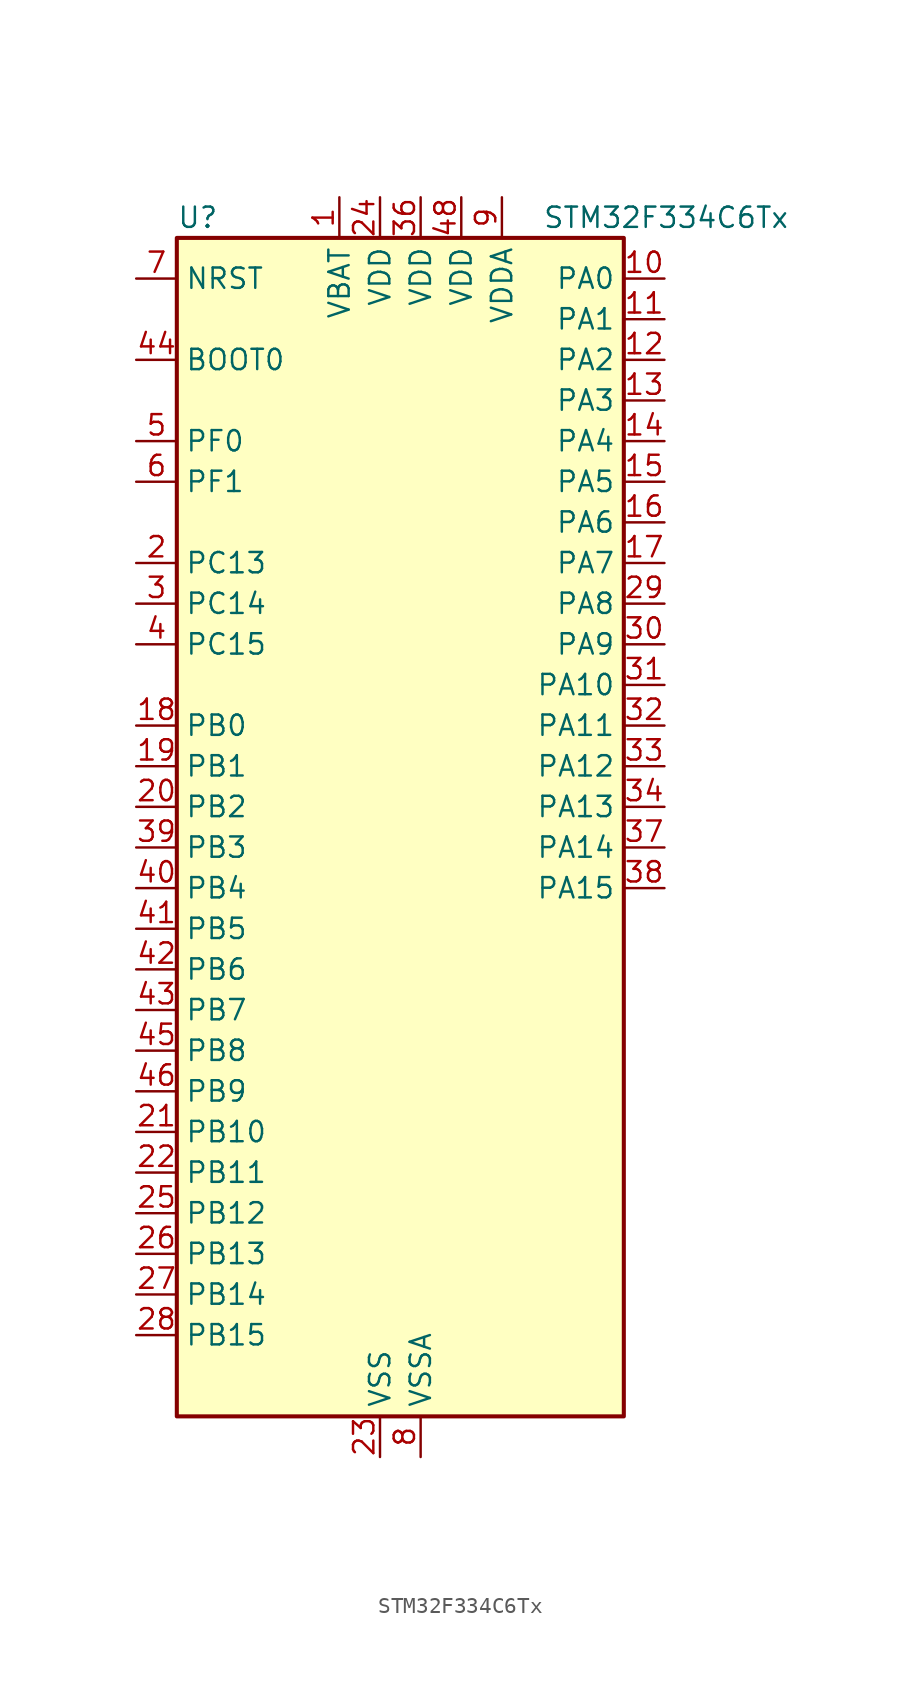
<source format=kicad_sym>
(kicad_symbol_lib
  (version 20220914)
  (generator kicad_symbol_editor)
  (symbol "STM32F334C6Tx"
    (property "Reference" "U"
      (at -12.7 39.37 0)
      (effects (font (size 1.27 1.27)) (justify left)))
    (property "Value" "STM32F334C6Tx"
      (at 10.16 39.37 0)
      (effects (font (size 1.27 1.27)) (justify left)))
    (property "ki_locked" ""
      (at 0 0 0)
      (effects (font (size 1.27 1.27))))
    (symbol "STM32F334C6Tx_0_1"
      (rectangle (start -12.7 -35.56) (end 15.24 38.1) (stroke (width 0.254) (type default)) (fill (type background))))
    (symbol "STM32F334C6Tx_1_1"
      (pin power_in line (at -2.54 40.64 270) (length 2.54) (name "VBAT" (effects (font (size 1.27 1.27)))) (number "1" (effects (font (size 1.27 1.27)))))
      (pin bidirectional line (at 17.78 35.56 180) (length 2.54) (name "PA0" (effects (font (size 1.27 1.27)))) (number "10" (effects (font (size 1.27 1.27)))) (alternate "ADC1_IN1" bidirectional line) (alternate "RTC_TAMP2" bidirectional line) (alternate "SYS_WKUP1" bidirectional line) (alternate "TIM2_CH1" bidirectional line) (alternate "TIM2_ETR" bidirectional line) (alternate "TSC_G1_IO1" bidirectional line) (alternate "USART2_CTS" bidirectional line))
      (pin bidirectional line (at 17.78 33.02 180) (length 2.54) (name "PA1" (effects (font (size 1.27 1.27)))) (number "11" (effects (font (size 1.27 1.27)))) (alternate "ADC1_IN2" bidirectional line) (alternate "RTC_REFIN" bidirectional line) (alternate "TIM15_CH1N" bidirectional line) (alternate "TIM2_CH2" bidirectional line) (alternate "TSC_G1_IO2" bidirectional line) (alternate "USART2_DE" bidirectional line) (alternate "USART2_RTS" bidirectional line))
      (pin bidirectional line (at 17.78 30.48 180) (length 2.54) (name "PA2" (effects (font (size 1.27 1.27)))) (number "12" (effects (font (size 1.27 1.27)))) (alternate "ADC1_IN3" bidirectional line) (alternate "COMP2_INM" bidirectional line) (alternate "COMP2_OUT" bidirectional line) (alternate "TIM15_CH1" bidirectional line) (alternate "TIM2_CH3" bidirectional line) (alternate "TSC_G1_IO3" bidirectional line) (alternate "USART2_TX" bidirectional line))
      (pin bidirectional line (at 17.78 27.94 180) (length 2.54) (name "PA3" (effects (font (size 1.27 1.27)))) (number "13" (effects (font (size 1.27 1.27)))) (alternate "ADC1_IN4" bidirectional line) (alternate "TIM15_CH2" bidirectional line) (alternate "TIM2_CH4" bidirectional line) (alternate "TSC_G1_IO4" bidirectional line) (alternate "USART2_RX" bidirectional line))
      (pin bidirectional line (at 17.78 25.4 180) (length 2.54) (name "PA4" (effects (font (size 1.27 1.27)))) (number "14" (effects (font (size 1.27 1.27)))) (alternate "ADC2_IN1" bidirectional line) (alternate "COMP2_INM" bidirectional line) (alternate "COMP4_INM" bidirectional line) (alternate "COMP6_INM" bidirectional line) (alternate "DAC1_OUT1" bidirectional line) (alternate "SPI1_NSS" bidirectional line) (alternate "TIM3_CH2" bidirectional line) (alternate "TSC_G2_IO1" bidirectional line) (alternate "USART2_CK" bidirectional line))
      (pin bidirectional line (at 17.78 22.86 180) (length 2.54) (name "PA5" (effects (font (size 1.27 1.27)))) (number "15" (effects (font (size 1.27 1.27)))) (alternate "ADC2_IN2" bidirectional line) (alternate "DAC1_OUT2" bidirectional line) (alternate "OPAMP2_VINM" bidirectional line) (alternate "OPAMP2_VINM_SEC" bidirectional line) (alternate "SPI1_SCK" bidirectional line) (alternate "TIM2_CH1" bidirectional line) (alternate "TIM2_ETR" bidirectional line) (alternate "TSC_G2_IO2" bidirectional line))
      (pin bidirectional line (at 17.78 20.32 180) (length 2.54) (name "PA6" (effects (font (size 1.27 1.27)))) (number "16" (effects (font (size 1.27 1.27)))) (alternate "ADC2_IN3" bidirectional line) (alternate "DAC2_OUT1" bidirectional line) (alternate "OPAMP2_DIG" bidirectional line) (alternate "OPAMP2_VOUT" bidirectional line) (alternate "SPI1_MISO" bidirectional line) (alternate "TIM16_CH1" bidirectional line) (alternate "TIM1_BKIN" bidirectional line) (alternate "TIM3_CH1" bidirectional line) (alternate "TSC_G2_IO3" bidirectional line))
      (pin bidirectional line (at 17.78 17.78 180) (length 2.54) (name "PA7" (effects (font (size 1.27 1.27)))) (number "17" (effects (font (size 1.27 1.27)))) (alternate "ADC2_IN4" bidirectional line) (alternate "COMP2_INP" bidirectional line) (alternate "OPAMP2_VINP" bidirectional line) (alternate "OPAMP2_VINP_SEC" bidirectional line) (alternate "SPI1_MOSI" bidirectional line) (alternate "TIM17_CH1" bidirectional line) (alternate "TIM1_CH1N" bidirectional line) (alternate "TIM3_CH2" bidirectional line) (alternate "TSC_G2_IO4" bidirectional line))
      (pin bidirectional line (at -15.24 7.62 0) (length 2.54) (name "PB0" (effects (font (size 1.27 1.27)))) (number "18" (effects (font (size 1.27 1.27)))) (alternate "ADC1_IN11" bidirectional line) (alternate "COMP4_INP" bidirectional line) (alternate "OPAMP2_VINP" bidirectional line) (alternate "OPAMP2_VINP_SEC" bidirectional line) (alternate "TIM1_CH2N" bidirectional line) (alternate "TIM3_CH3" bidirectional line) (alternate "TSC_G3_IO2" bidirectional line))
      (pin bidirectional line (at -15.24 5.08 0) (length 2.54) (name "PB1" (effects (font (size 1.27 1.27)))) (number "19" (effects (font (size 1.27 1.27)))) (alternate "ADC1_IN12" bidirectional line) (alternate "COMP4_OUT" bidirectional line) (alternate "HRTIM1_SCOUT" bidirectional line) (alternate "TIM1_CH3N" bidirectional line) (alternate "TIM3_CH4" bidirectional line) (alternate "TSC_G3_IO3" bidirectional line))
      (pin bidirectional line (at -15.24 17.78 0) (length 2.54) (name "PC13" (effects (font (size 1.27 1.27)))) (number "2" (effects (font (size 1.27 1.27)))) (alternate "RTC_OUT_ALARM" bidirectional line) (alternate "RTC_OUT_CALIB" bidirectional line) (alternate "RTC_TAMP1" bidirectional line) (alternate "RTC_TS" bidirectional line) (alternate "SYS_WKUP2" bidirectional line) (alternate "TIM1_CH1N" bidirectional line))
      (pin bidirectional line (at -15.24 2.54 0) (length 2.54) (name "PB2" (effects (font (size 1.27 1.27)))) (number "20" (effects (font (size 1.27 1.27)))) (alternate "ADC2_IN12" bidirectional line) (alternate "COMP4_INM" bidirectional line) (alternate "HRTIM1_SCIN" bidirectional line) (alternate "TSC_G3_IO4" bidirectional line))
      (pin bidirectional line (at -15.24 -17.78 0) (length 2.54) (name "PB10" (effects (font (size 1.27 1.27)))) (number "21" (effects (font (size 1.27 1.27)))) (alternate "HRTIM1_FLT3" bidirectional line) (alternate "TIM2_CH3" bidirectional line) (alternate "TSC_SYNC" bidirectional line) (alternate "USART3_TX" bidirectional line))
      (pin bidirectional line (at -15.24 -20.32 0) (length 2.54) (name "PB11" (effects (font (size 1.27 1.27)))) (number "22" (effects (font (size 1.27 1.27)))) (alternate "ADC1_EXTI11" bidirectional line) (alternate "ADC2_EXTI11" bidirectional line) (alternate "COMP6_INP" bidirectional line) (alternate "HRTIM1_FLT4" bidirectional line) (alternate "TIM2_CH4" bidirectional line) (alternate "TSC_G6_IO1" bidirectional line) (alternate "USART3_RX" bidirectional line))
      (pin power_in line (at 0 -38.1 90) (length 2.54) (name "VSS" (effects (font (size 1.27 1.27)))) (number "23" (effects (font (size 1.27 1.27)))))
      (pin power_in line (at 0 40.64 270) (length 2.54) (name "VDD" (effects (font (size 1.27 1.27)))) (number "24" (effects (font (size 1.27 1.27)))))
      (pin bidirectional line (at -15.24 -22.86 0) (length 2.54) (name "PB12" (effects (font (size 1.27 1.27)))) (number "25" (effects (font (size 1.27 1.27)))) (alternate "ADC2_IN13" bidirectional line) (alternate "HRTIM1_CHC1" bidirectional line) (alternate "TIM1_BKIN" bidirectional line) (alternate "TSC_G6_IO2" bidirectional line) (alternate "USART3_CK" bidirectional line))
      (pin bidirectional line (at -15.24 -25.4 0) (length 2.54) (name "PB13" (effects (font (size 1.27 1.27)))) (number "26" (effects (font (size 1.27 1.27)))) (alternate "ADC1_IN13" bidirectional line) (alternate "HRTIM1_CHC2" bidirectional line) (alternate "TIM1_CH1N" bidirectional line) (alternate "TSC_G6_IO3" bidirectional line) (alternate "USART3_CTS" bidirectional line))
      (pin bidirectional line (at -15.24 -27.94 0) (length 2.54) (name "PB14" (effects (font (size 1.27 1.27)))) (number "27" (effects (font (size 1.27 1.27)))) (alternate "ADC2_IN14" bidirectional line) (alternate "HRTIM1_CHD1" bidirectional line) (alternate "OPAMP2_VINP" bidirectional line) (alternate "OPAMP2_VINP_SEC" bidirectional line) (alternate "TIM15_CH1" bidirectional line) (alternate "TIM1_CH2N" bidirectional line) (alternate "TSC_G6_IO4" bidirectional line) (alternate "USART3_DE" bidirectional line) (alternate "USART3_RTS" bidirectional line))
      (pin bidirectional line (at -15.24 -30.48 0) (length 2.54) (name "PB15" (effects (font (size 1.27 1.27)))) (number "28" (effects (font (size 1.27 1.27)))) (alternate "ADC1_EXTI15" bidirectional line) (alternate "ADC2_EXTI15" bidirectional line) (alternate "ADC2_IN15" bidirectional line) (alternate "COMP6_INM" bidirectional line) (alternate "HRTIM1_CHD2" bidirectional line) (alternate "RTC_REFIN" bidirectional line) (alternate "TIM15_CH1N" bidirectional line) (alternate "TIM15_CH2" bidirectional line) (alternate "TIM1_CH3N" bidirectional line))
      (pin bidirectional line (at 17.78 15.24 180) (length 2.54) (name "PA8" (effects (font (size 1.27 1.27)))) (number "29" (effects (font (size 1.27 1.27)))) (alternate "HRTIM1_CHA1" bidirectional line) (alternate "RCC_MCO" bidirectional line) (alternate "TIM1_CH1" bidirectional line) (alternate "USART1_CK" bidirectional line))
      (pin bidirectional line (at -15.24 15.24 0) (length 2.54) (name "PC14" (effects (font (size 1.27 1.27)))) (number "3" (effects (font (size 1.27 1.27)))) (alternate "RCC_OSC32_IN" bidirectional line))
      (pin bidirectional line (at 17.78 12.7 180) (length 2.54) (name "PA9" (effects (font (size 1.27 1.27)))) (number "30" (effects (font (size 1.27 1.27)))) (alternate "DAC1_EXTI9" bidirectional line) (alternate "DAC2_EXTI9" bidirectional line) (alternate "HRTIM1_CHA2" bidirectional line) (alternate "TIM15_BKIN" bidirectional line) (alternate "TIM1_CH2" bidirectional line) (alternate "TIM2_CH3" bidirectional line) (alternate "TSC_G4_IO1" bidirectional line) (alternate "USART1_TX" bidirectional line))
      (pin bidirectional line (at 17.78 10.16 180) (length 2.54) (name "PA10" (effects (font (size 1.27 1.27)))) (number "31" (effects (font (size 1.27 1.27)))) (alternate "COMP6_OUT" bidirectional line) (alternate "HRTIM1_CHB1" bidirectional line) (alternate "TIM17_BKIN" bidirectional line) (alternate "TIM1_CH3" bidirectional line) (alternate "TIM2_CH4" bidirectional line) (alternate "TSC_G4_IO2" bidirectional line) (alternate "USART1_RX" bidirectional line))
      (pin bidirectional line (at 17.78 7.62 180) (length 2.54) (name "PA11" (effects (font (size 1.27 1.27)))) (number "32" (effects (font (size 1.27 1.27)))) (alternate "ADC1_EXTI11" bidirectional line) (alternate "ADC2_EXTI11" bidirectional line) (alternate "CAN_RX" bidirectional line) (alternate "HRTIM1_CHB2" bidirectional line) (alternate "TIM1_BKIN2" bidirectional line) (alternate "TIM1_CH1N" bidirectional line) (alternate "TIM1_CH4" bidirectional line) (alternate "USART1_CTS" bidirectional line))
      (pin bidirectional line (at 17.78 5.08 180) (length 2.54) (name "PA12" (effects (font (size 1.27 1.27)))) (number "33" (effects (font (size 1.27 1.27)))) (alternate "CAN_TX" bidirectional line) (alternate "COMP2_OUT" bidirectional line) (alternate "HRTIM1_FLT1" bidirectional line) (alternate "TIM16_CH1" bidirectional line) (alternate "TIM1_CH2N" bidirectional line) (alternate "TIM1_ETR" bidirectional line) (alternate "USART1_DE" bidirectional line) (alternate "USART1_RTS" bidirectional line))
      (pin bidirectional line (at 17.78 2.54 180) (length 2.54) (name "PA13" (effects (font (size 1.27 1.27)))) (number "34" (effects (font (size 1.27 1.27)))) (alternate "IR_OUT" bidirectional line) (alternate "SYS_JTMS-SWDIO" bidirectional line) (alternate "TIM16_CH1N" bidirectional line) (alternate "TSC_G4_IO3" bidirectional line) (alternate "USART3_CTS" bidirectional line))
      (pin passive line (at 0 -38.1 90) (length 2.54) hide (name "VSS" (effects (font (size 1.27 1.27)))) (number "35" (effects (font (size 1.27 1.27)))))
      (pin power_in line (at 2.54 40.64 270) (length 2.54) (name "VDD" (effects (font (size 1.27 1.27)))) (number "36" (effects (font (size 1.27 1.27)))))
      (pin bidirectional line (at 17.78 0 180) (length 2.54) (name "PA14" (effects (font (size 1.27 1.27)))) (number "37" (effects (font (size 1.27 1.27)))) (alternate "I2C1_SDA" bidirectional line) (alternate "SYS_JTCK-SWCLK" bidirectional line) (alternate "TIM1_BKIN" bidirectional line) (alternate "TSC_G4_IO4" bidirectional line) (alternate "USART2_TX" bidirectional line))
      (pin bidirectional line (at 17.78 -2.54 180) (length 2.54) (name "PA15" (effects (font (size 1.27 1.27)))) (number "38" (effects (font (size 1.27 1.27)))) (alternate "ADC1_EXTI15" bidirectional line) (alternate "ADC2_EXTI15" bidirectional line) (alternate "HRTIM1_FLT2" bidirectional line) (alternate "I2C1_SCL" bidirectional line) (alternate "SPI1_NSS" bidirectional line) (alternate "SYS_JTDI" bidirectional line) (alternate "TIM1_BKIN" bidirectional line) (alternate "TIM2_CH1" bidirectional line) (alternate "TIM2_ETR" bidirectional line) (alternate "TSC_SYNC" bidirectional line) (alternate "USART2_RX" bidirectional line))
      (pin bidirectional line (at -15.24 0 0) (length 2.54) (name "PB3" (effects (font (size 1.27 1.27)))) (number "39" (effects (font (size 1.27 1.27)))) (alternate "HRTIM1_EEV9" bidirectional line) (alternate "HRTIM1_SCOUT" bidirectional line) (alternate "SPI1_SCK" bidirectional line) (alternate "SYS_JTDO-TRACESWO" bidirectional line) (alternate "TIM2_CH2" bidirectional line) (alternate "TIM3_ETR" bidirectional line) (alternate "TSC_G5_IO1" bidirectional line) (alternate "USART2_TX" bidirectional line))
      (pin bidirectional line (at -15.24 12.7 0) (length 2.54) (name "PC15" (effects (font (size 1.27 1.27)))) (number "4" (effects (font (size 1.27 1.27)))) (alternate "ADC1_EXTI15" bidirectional line) (alternate "ADC2_EXTI15" bidirectional line) (alternate "RCC_OSC32_OUT" bidirectional line))
      (pin bidirectional line (at -15.24 -2.54 0) (length 2.54) (name "PB4" (effects (font (size 1.27 1.27)))) (number "40" (effects (font (size 1.27 1.27)))) (alternate "HRTIM1_EEV7" bidirectional line) (alternate "SPI1_MISO" bidirectional line) (alternate "SYS_NJTRST" bidirectional line) (alternate "TIM16_CH1" bidirectional line) (alternate "TIM17_BKIN" bidirectional line) (alternate "TIM3_CH1" bidirectional line) (alternate "TSC_G5_IO2" bidirectional line) (alternate "USART2_RX" bidirectional line))
      (pin bidirectional line (at -15.24 -5.08 0) (length 2.54) (name "PB5" (effects (font (size 1.27 1.27)))) (number "41" (effects (font (size 1.27 1.27)))) (alternate "HRTIM1_EEV6" bidirectional line) (alternate "I2C1_SMBA" bidirectional line) (alternate "SPI1_MOSI" bidirectional line) (alternate "TIM16_BKIN" bidirectional line) (alternate "TIM17_CH1" bidirectional line) (alternate "TIM3_CH2" bidirectional line) (alternate "USART2_CK" bidirectional line))
      (pin bidirectional line (at -15.24 -7.62 0) (length 2.54) (name "PB6" (effects (font (size 1.27 1.27)))) (number "42" (effects (font (size 1.27 1.27)))) (alternate "HRTIM1_EEV4" bidirectional line) (alternate "HRTIM1_SCIN" bidirectional line) (alternate "I2C1_SCL" bidirectional line) (alternate "TIM16_CH1N" bidirectional line) (alternate "TSC_G5_IO3" bidirectional line) (alternate "USART1_TX" bidirectional line))
      (pin bidirectional line (at -15.24 -10.16 0) (length 2.54) (name "PB7" (effects (font (size 1.27 1.27)))) (number "43" (effects (font (size 1.27 1.27)))) (alternate "HRTIM1_EEV3" bidirectional line) (alternate "I2C1_SDA" bidirectional line) (alternate "TIM17_CH1N" bidirectional line) (alternate "TIM3_CH4" bidirectional line) (alternate "TSC_G5_IO4" bidirectional line) (alternate "USART1_RX" bidirectional line))
      (pin input line (at -15.24 30.48 0) (length 2.54) (name "BOOT0" (effects (font (size 1.27 1.27)))) (number "44" (effects (font (size 1.27 1.27)))))
      (pin bidirectional line (at -15.24 -12.7 0) (length 2.54) (name "PB8" (effects (font (size 1.27 1.27)))) (number "45" (effects (font (size 1.27 1.27)))) (alternate "CAN_RX" bidirectional line) (alternate "HRTIM1_EEV8" bidirectional line) (alternate "I2C1_SCL" bidirectional line) (alternate "TIM16_CH1" bidirectional line) (alternate "TIM1_BKIN" bidirectional line) (alternate "TSC_SYNC" bidirectional line) (alternate "USART3_RX" bidirectional line))
      (pin bidirectional line (at -15.24 -15.24 0) (length 2.54) (name "PB9" (effects (font (size 1.27 1.27)))) (number "46" (effects (font (size 1.27 1.27)))) (alternate "CAN_TX" bidirectional line) (alternate "COMP2_OUT" bidirectional line) (alternate "DAC1_EXTI9" bidirectional line) (alternate "DAC2_EXTI9" bidirectional line) (alternate "HRTIM1_EEV5" bidirectional line) (alternate "I2C1_SDA" bidirectional line) (alternate "IR_OUT" bidirectional line) (alternate "TIM17_CH1" bidirectional line) (alternate "USART3_TX" bidirectional line))
      (pin passive line (at 0 -38.1 90) (length 2.54) hide (name "VSS" (effects (font (size 1.27 1.27)))) (number "47" (effects (font (size 1.27 1.27)))))
      (pin power_in line (at 5.08 40.64 270) (length 2.54) (name "VDD" (effects (font (size 1.27 1.27)))) (number "48" (effects (font (size 1.27 1.27)))))
      (pin bidirectional line (at -15.24 25.4 0) (length 2.54) (name "PF0" (effects (font (size 1.27 1.27)))) (number "5" (effects (font (size 1.27 1.27)))) (alternate "RCC_OSC_IN" bidirectional line) (alternate "TIM1_CH3N" bidirectional line))
      (pin bidirectional line (at -15.24 22.86 0) (length 2.54) (name "PF1" (effects (font (size 1.27 1.27)))) (number "6" (effects (font (size 1.27 1.27)))) (alternate "RCC_OSC_OUT" bidirectional line))
      (pin input line (at -15.24 35.56 0) (length 2.54) (name "NRST" (effects (font (size 1.27 1.27)))) (number "7" (effects (font (size 1.27 1.27)))))
      (pin power_in line (at 2.54 -38.1 90) (length 2.54) (name "VSSA" (effects (font (size 1.27 1.27)))) (number "8" (effects (font (size 1.27 1.27)))))
      (pin power_in line (at 7.62 40.64 270) (length 2.54) (name "VDDA" (effects (font (size 1.27 1.27)))) (number "9" (effects (font (size 1.27 1.27))))))))
</source>
